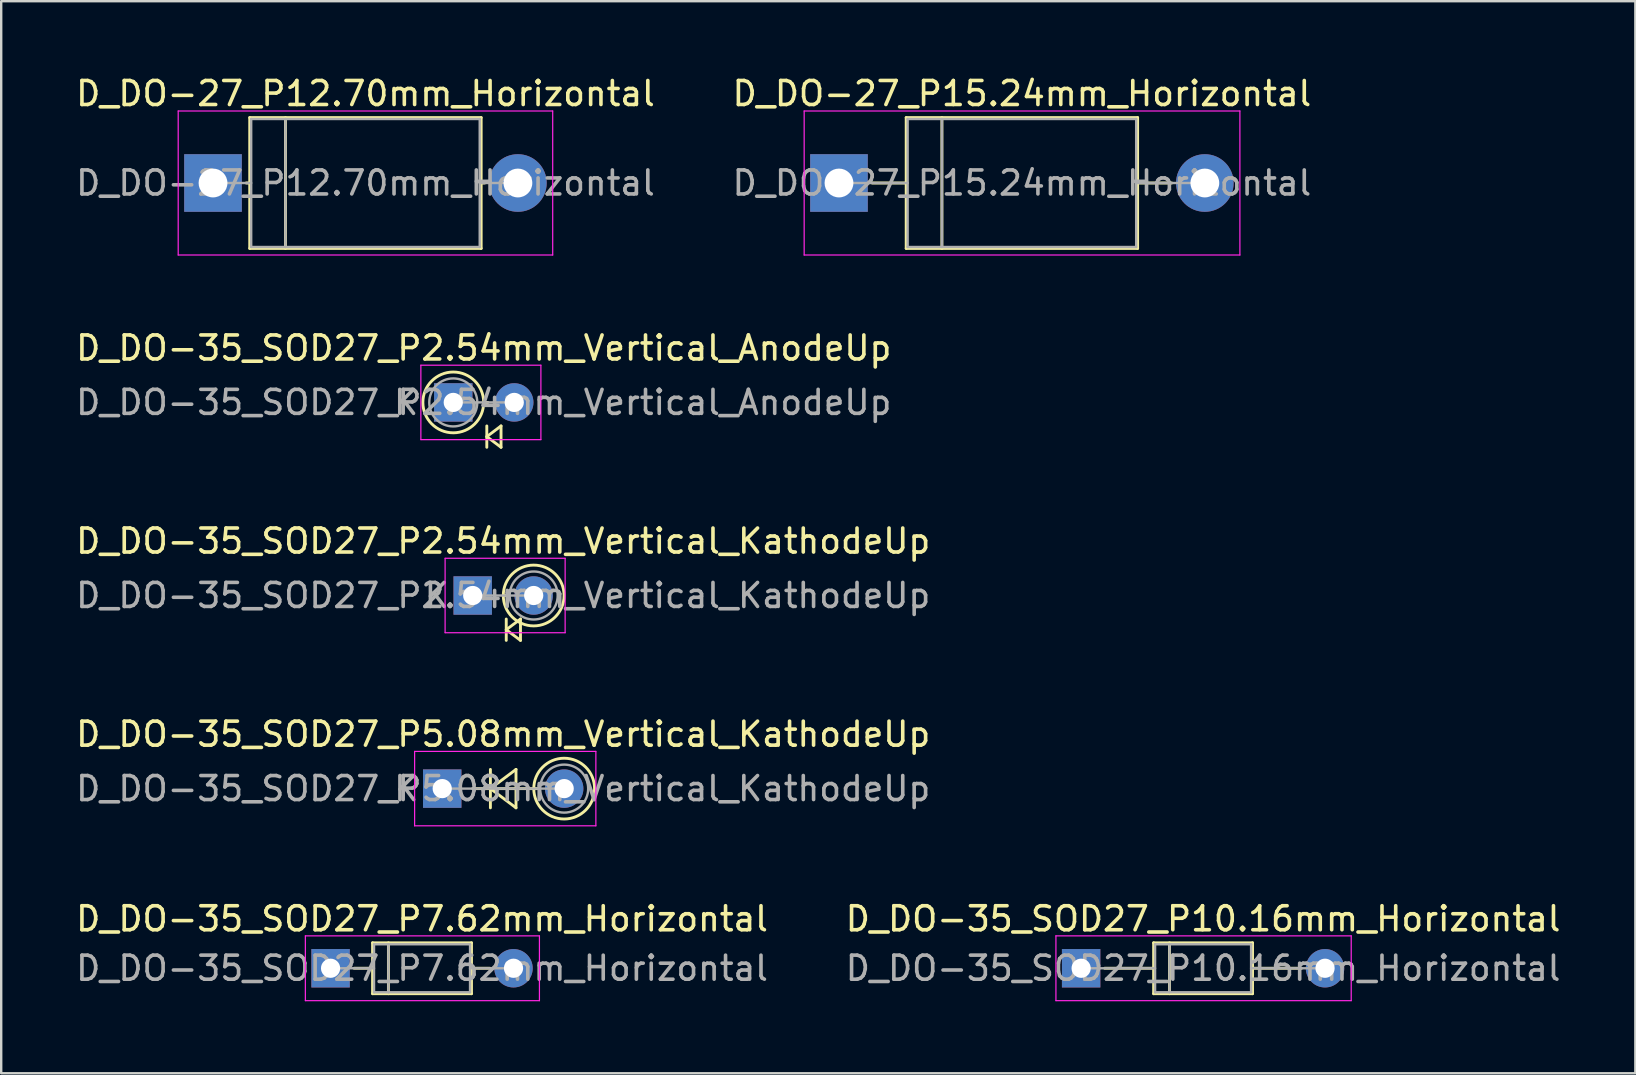
<source format=kicad_pcb>
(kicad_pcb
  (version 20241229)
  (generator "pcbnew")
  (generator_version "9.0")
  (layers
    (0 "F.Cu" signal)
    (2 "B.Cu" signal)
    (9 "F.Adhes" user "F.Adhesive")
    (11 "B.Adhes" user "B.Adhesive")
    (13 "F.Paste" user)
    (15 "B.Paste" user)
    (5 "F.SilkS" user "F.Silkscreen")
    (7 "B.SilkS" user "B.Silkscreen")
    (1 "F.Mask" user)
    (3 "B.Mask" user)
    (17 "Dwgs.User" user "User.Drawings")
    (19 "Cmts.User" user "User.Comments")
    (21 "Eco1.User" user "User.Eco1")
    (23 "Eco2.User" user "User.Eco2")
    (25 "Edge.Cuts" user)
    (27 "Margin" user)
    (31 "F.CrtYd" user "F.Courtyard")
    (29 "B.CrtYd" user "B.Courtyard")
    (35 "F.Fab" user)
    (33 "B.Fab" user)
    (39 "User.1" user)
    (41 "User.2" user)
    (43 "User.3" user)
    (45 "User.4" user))
  (footprint "D_DO-35_SOD27_P5.08mm_Vertical_KathodeUp"
    (layer "F.Cu")
    (at 15.371 29.8)
    (property "Reference" "D_DO-35_SOD27_P5.08mm_Vertical_KathodeUp" (at 2.54 -2.266 0) (layer "F.SilkS") (effects (font (size 1 1) (thickness 0.15))))
    (attr through_hole)
    (fp_line (start 1.266 0) (end 3.98 0) (stroke (width 0.12) (type solid)) (layer "F.SilkS"))
    (fp_line (start 2.007 -0.8) (end 2.007 0.8) (stroke (width 0.12) (type solid)) (layer "F.SilkS"))
    (fp_line (start 2.007 0) (end 3.073 -0.8) (stroke (width 0.12) (type solid)) (layer "F.SilkS"))
    (fp_line (start 3.073 -0.8) (end 3.073 0.8) (stroke (width 0.12) (type solid)) (layer "F.SilkS"))
    (fp_line (start 3.073 0.8) (end 2.007 0) (stroke (width 0.12) (type solid)) (layer "F.SilkS"))
    (fp_circle (center 5.08 0) (end 6.346 0) (stroke (width 0.12) (type solid)) (fill no) (layer "F.SilkS"))
    (fp_line (start -1.15 -1.55) (end -1.15 1.55) (stroke (width 0.05) (type solid)) (layer "F.CrtYd"))
    (fp_line (start -1.15 1.55) (end 6.4 1.55) (stroke (width 0.05) (type solid)) (layer "F.CrtYd"))
    (fp_line (start 6.4 -1.55) (end -1.15 -1.55) (stroke (width 0.05) (type solid)) (layer "F.CrtYd"))
    (fp_line (start 6.4 1.55) (end 6.4 -1.55) (stroke (width 0.05) (type solid)) (layer "F.CrtYd"))
    (fp_line (start 0 0) (end 5.08 0) (stroke (width 0.1) (type solid)) (layer "F.Fab"))
    (fp_circle (center 5.08 0) (end 6.08 0) (stroke (width 0.1) (type solid)) (fill no) (layer "F.Fab"))
    (fp_text user "K" (at -1.5 0 0) (layer "F.Fab") (effects (font (size 1 1) (thickness 0.15))))
    (fp_text user "${REFERENCE}" (at 2.54 0 0) (layer "F.Fab") (effects (font (size 1 1) (thickness 0.15))))
    (pad "1" thru_hole rect (at 0 0) (size 1.6 1.6) (drill 0.8) (layers "*.Cu" "*.Mask"))
    (pad "2" thru_hole oval (at 5.08 0) (size 1.6 1.6) (drill 0.8) (layers "*.Cu" "*.Mask")))
  (footprint "D_DO-27_P15.24mm_Horizontal"
    (layer "F.Cu")
    (at 31.898 4.573)
    (property "Reference" "D_DO-27_P15.24mm_Horizontal" (at 7.62 -3.725 0) (layer "F.SilkS") (effects (font (size 1 1) (thickness 0.15))))
    (attr through_hole)
    (fp_line (start 1.38 0) (end 2.8 0) (stroke (width 0.12) (type solid)) (layer "F.SilkS"))
    (fp_line (start 2.8 -2.725) (end 2.8 2.725) (stroke (width 0.12) (type solid)) (layer "F.SilkS"))
    (fp_line (start 2.8 2.725) (end 12.44 2.725) (stroke (width 0.12) (type solid)) (layer "F.SilkS"))
    (fp_line (start 4.288 -2.725) (end 4.288 2.725) (stroke (width 0.12) (type solid)) (layer "F.SilkS"))
    (fp_line (start 12.44 -2.725) (end 2.8 -2.725) (stroke (width 0.12) (type solid)) (layer "F.SilkS"))
    (fp_line (start 12.44 2.725) (end 12.44 -2.725) (stroke (width 0.12) (type solid)) (layer "F.SilkS"))
    (fp_line (start 13.86 0) (end 12.44 0) (stroke (width 0.12) (type solid)) (layer "F.SilkS"))
    (fp_line (start -1.45 -3) (end -1.45 3) (stroke (width 0.05) (type solid)) (layer "F.CrtYd"))
    (fp_line (start -1.45 3) (end 16.7 3) (stroke (width 0.05) (type solid)) (layer "F.CrtYd"))
    (fp_line (start 16.7 -3) (end -1.45 -3) (stroke (width 0.05) (type solid)) (layer "F.CrtYd"))
    (fp_line (start 16.7 3) (end 16.7 -3) (stroke (width 0.05) (type solid)) (layer "F.CrtYd"))
    (fp_line (start 0 0) (end 2.86 0) (stroke (width 0.1) (type solid)) (layer "F.Fab"))
    (fp_line (start 2.86 -2.665) (end 2.86 2.665) (stroke (width 0.1) (type solid)) (layer "F.Fab"))
    (fp_line (start 2.86 2.665) (end 12.38 2.665) (stroke (width 0.1) (type solid)) (layer "F.Fab"))
    (fp_line (start 4.288 -2.665) (end 4.288 2.665) (stroke (width 0.1) (type solid)) (layer "F.Fab"))
    (fp_line (start 12.38 -2.665) (end 2.86 -2.665) (stroke (width 0.1) (type solid)) (layer "F.Fab"))
    (fp_line (start 12.38 2.665) (end 12.38 -2.665) (stroke (width 0.1) (type solid)) (layer "F.Fab"))
    (fp_line (start 15.24 0) (end 12.38 0) (stroke (width 0.1) (type solid)) (layer "F.Fab"))
    (fp_text user "${REFERENCE}" (at 7.62 0 0) (layer "F.Fab") (effects (font (size 1 1) (thickness 0.15))))
    (pad "1" thru_hole rect (at 0 0) (size 2.4 2.4) (drill 1.2) (layers "*.Cu" "*.Mask"))
    (pad "2" thru_hole oval (at 15.24 0) (size 2.4 2.4) (drill 1.2) (layers "*.Cu" "*.Mask")))
  (footprint "D_DO-35_SOD27_P2.54mm_Vertical_AnodeUp"
    (layer "F.Cu")
    (at 15.831 13.713)
    (property "Reference" "D_DO-35_SOD27_P2.54mm_Vertical_AnodeUp" (at 1.27 -2.266 0) (layer "F.SilkS") (effects (font (size 1 1) (thickness 0.15))))
    (attr through_hole)
    (fp_line (start 1.266 0) (end 1.44 0) (stroke (width 0.12) (type solid)) (layer "F.SilkS"))
    (fp_line (start 1.397 0.98) (end 1.397 1.869) (stroke (width 0.12) (type solid)) (layer "F.SilkS"))
    (fp_line (start 1.397 1.425) (end 1.99 0.98) (stroke (width 0.12) (type solid)) (layer "F.SilkS"))
    (fp_line (start 1.99 0.98) (end 1.99 1.869) (stroke (width 0.12) (type solid)) (layer "F.SilkS"))
    (fp_line (start 1.99 1.869) (end 1.397 1.425) (stroke (width 0.12) (type solid)) (layer "F.SilkS"))
    (fp_circle (center 0 0) (end 1.266 0) (stroke (width 0.12) (type solid)) (fill no) (layer "F.SilkS"))
    (fp_line (start -1.35 -1.55) (end -1.35 1.55) (stroke (width 0.05) (type solid)) (layer "F.CrtYd"))
    (fp_line (start -1.35 1.55) (end 3.65 1.55) (stroke (width 0.05) (type solid)) (layer "F.CrtYd"))
    (fp_line (start 3.65 -1.55) (end -1.35 -1.55) (stroke (width 0.05) (type solid)) (layer "F.CrtYd"))
    (fp_line (start 3.65 1.55) (end 3.65 -1.55) (stroke (width 0.05) (type solid)) (layer "F.CrtYd"))
    (fp_line (start 0 0) (end 2.54 0) (stroke (width 0.1) (type solid)) (layer "F.Fab"))
    (fp_circle (center 0 0) (end 1 0) (stroke (width 0.1) (type solid)) (fill no) (layer "F.Fab"))
    (fp_text user "K" (at -1.966 0 0) (layer "F.Fab") (effects (font (size 1 1) (thickness 0.15))))
    (fp_text user "${REFERENCE}" (at 1.27 0 0) (layer "F.Fab") (effects (font (size 1 1) (thickness 0.15))))
    (pad "1" thru_hole rect (at 0 0) (size 1.6 1.6) (drill 0.8) (layers "*.Cu" "*.Mask"))
    (pad "2" thru_hole oval (at 2.54 0) (size 1.6 1.6) (drill 0.8) (layers "*.Cu" "*.Mask")))
  (footprint "D_DO-35_SOD27_P10.16mm_Horizontal"
    (layer "F.Cu")
    (at 41.985 37.283)
    (property "Reference" "D_DO-35_SOD27_P10.16mm_Horizontal" (at 5.08 -2.06 0) (layer "F.SilkS") (effects (font (size 1 1) (thickness 0.15))))
    (attr through_hole)
    (fp_line (start 0.98 0) (end 3.02 0) (stroke (width 0.12) (type solid)) (layer "F.SilkS"))
    (fp_line (start 3.02 -1.06) (end 3.02 1.06) (stroke (width 0.12) (type solid)) (layer "F.SilkS"))
    (fp_line (start 3.02 1.06) (end 7.14 1.06) (stroke (width 0.12) (type solid)) (layer "F.SilkS"))
    (fp_line (start 3.68 -1.06) (end 3.68 1.06) (stroke (width 0.12) (type solid)) (layer "F.SilkS"))
    (fp_line (start 7.14 -1.06) (end 3.02 -1.06) (stroke (width 0.12) (type solid)) (layer "F.SilkS"))
    (fp_line (start 7.14 1.06) (end 7.14 -1.06) (stroke (width 0.12) (type solid)) (layer "F.SilkS"))
    (fp_line (start 9.18 0) (end 7.14 0) (stroke (width 0.12) (type solid)) (layer "F.SilkS"))
    (fp_line (start -1.05 -1.35) (end -1.05 1.35) (stroke (width 0.05) (type solid)) (layer "F.CrtYd"))
    (fp_line (start -1.05 1.35) (end 11.25 1.35) (stroke (width 0.05) (type solid)) (layer "F.CrtYd"))
    (fp_line (start 11.25 -1.35) (end -1.05 -1.35) (stroke (width 0.05) (type solid)) (layer "F.CrtYd"))
    (fp_line (start 11.25 1.35) (end 11.25 -1.35) (stroke (width 0.05) (type solid)) (layer "F.CrtYd"))
    (fp_line (start 0 0) (end 3.08 0) (stroke (width 0.1) (type solid)) (layer "F.Fab"))
    (fp_line (start 3.08 -1) (end 3.08 1) (stroke (width 0.1) (type solid)) (layer "F.Fab"))
    (fp_line (start 3.08 1) (end 7.08 1) (stroke (width 0.1) (type solid)) (layer "F.Fab"))
    (fp_line (start 3.68 -1) (end 3.68 1) (stroke (width 0.1) (type solid)) (layer "F.Fab"))
    (fp_line (start 7.08 -1) (end 3.08 -1) (stroke (width 0.1) (type solid)) (layer "F.Fab"))
    (fp_line (start 7.08 1) (end 7.08 -1) (stroke (width 0.1) (type solid)) (layer "F.Fab"))
    (fp_line (start 10.16 0) (end 7.08 0) (stroke (width 0.1) (type solid)) (layer "F.Fab"))
    (fp_text user "${REFERENCE}" (at 5.08 0 0) (layer "F.Fab") (effects (font (size 1 1) (thickness 0.15))))
    (pad "1" thru_hole rect (at 0 0) (size 1.6 1.6) (drill 0.8) (layers "*.Cu" "*.Mask"))
    (pad "2" thru_hole oval (at 10.16 0) (size 1.6 1.6) (drill 0.8) (layers "*.Cu" "*.Mask")))
  (footprint "D_DO-35_SOD27_P2.54mm_Vertical_KathodeUp"
    (layer "F.Cu")
    (at 16.641 21.756)
    (property "Reference" "D_DO-35_SOD27_P2.54mm_Vertical_KathodeUp" (at 1.27 -2.266 0) (layer "F.SilkS") (effects (font (size 1 1) (thickness 0.15))))
    (attr through_hole)
    (fp_line (start 1.266 0) (end 1.44 0) (stroke (width 0.12) (type solid)) (layer "F.SilkS"))
    (fp_line (start 1.397 0.98) (end 1.397 1.869) (stroke (width 0.12) (type solid)) (layer "F.SilkS"))
    (fp_line (start 1.397 1.425) (end 1.99 0.98) (stroke (width 0.12) (type solid)) (layer "F.SilkS"))
    (fp_line (start 1.99 0.98) (end 1.99 1.869) (stroke (width 0.12) (type solid)) (layer "F.SilkS"))
    (fp_line (start 1.99 1.869) (end 1.397 1.425) (stroke (width 0.12) (type solid)) (layer "F.SilkS"))
    (fp_circle (center 2.54 0) (end 3.806 0) (stroke (width 0.12) (type solid)) (fill no) (layer "F.SilkS"))
    (fp_line (start -1.15 -1.55) (end -1.15 1.55) (stroke (width 0.05) (type solid)) (layer "F.CrtYd"))
    (fp_line (start -1.15 1.55) (end 3.85 1.55) (stroke (width 0.05) (type solid)) (layer "F.CrtYd"))
    (fp_line (start 3.85 -1.55) (end -1.15 -1.55) (stroke (width 0.05) (type solid)) (layer "F.CrtYd"))
    (fp_line (start 3.85 1.55) (end 3.85 -1.55) (stroke (width 0.05) (type solid)) (layer "F.CrtYd"))
    (fp_line (start 0 0) (end 2.54 0) (stroke (width 0.1) (type solid)) (layer "F.Fab"))
    (fp_circle (center 2.54 0) (end 3.54 0) (stroke (width 0.1) (type solid)) (fill no) (layer "F.Fab"))
    (fp_text user "${REFERENCE}" (at 1.27 0 0) (layer "F.Fab") (effects (font (size 1 1) (thickness 0.15))))
    (fp_text user "K" (at -1.5 0 0) (layer "F.Fab") (effects (font (size 1 1) (thickness 0.15))))
    (pad "1" thru_hole rect (at 0 0) (size 1.6 1.6) (drill 0.8) (layers "*.Cu" "*.Mask"))
    (pad "2" thru_hole oval (at 2.54 0) (size 1.6 1.6) (drill 0.8) (layers "*.Cu" "*.Mask")))
  (footprint "D_DO-27_P12.70mm_Horizontal"
    (layer "F.Cu")
    (at 5.823 4.573)
    (property "Reference" "D_DO-27_P12.70mm_Horizontal" (at 6.35 -3.725 0) (layer "F.SilkS") (effects (font (size 1 1) (thickness 0.15))))
    (attr through_hole)
    (fp_line (start 1.38 0) (end 1.53 0) (stroke (width 0.12) (type solid)) (layer "F.SilkS"))
    (fp_line (start 1.53 -2.725) (end 1.53 2.725) (stroke (width 0.12) (type solid)) (layer "F.SilkS"))
    (fp_line (start 1.53 2.725) (end 11.17 2.725) (stroke (width 0.12) (type solid)) (layer "F.SilkS"))
    (fp_line (start 3.018 -2.725) (end 3.018 2.725) (stroke (width 0.12) (type solid)) (layer "F.SilkS"))
    (fp_line (start 11.17 -2.725) (end 1.53 -2.725) (stroke (width 0.12) (type solid)) (layer "F.SilkS"))
    (fp_line (start 11.17 2.725) (end 11.17 -2.725) (stroke (width 0.12) (type solid)) (layer "F.SilkS"))
    (fp_line (start 11.32 0) (end 11.17 0) (stroke (width 0.12) (type solid)) (layer "F.SilkS"))
    (fp_line (start -1.45 -3) (end -1.45 3) (stroke (width 0.05) (type solid)) (layer "F.CrtYd"))
    (fp_line (start -1.45 3) (end 14.15 3) (stroke (width 0.05) (type solid)) (layer "F.CrtYd"))
    (fp_line (start 14.15 -3) (end -1.45 -3) (stroke (width 0.05) (type solid)) (layer "F.CrtYd"))
    (fp_line (start 14.15 3) (end 14.15 -3) (stroke (width 0.05) (type solid)) (layer "F.CrtYd"))
    (fp_line (start 0 0) (end 1.59 0) (stroke (width 0.1) (type solid)) (layer "F.Fab"))
    (fp_line (start 1.59 -2.665) (end 1.59 2.665) (stroke (width 0.1) (type solid)) (layer "F.Fab"))
    (fp_line (start 1.59 2.665) (end 11.11 2.665) (stroke (width 0.1) (type solid)) (layer "F.Fab"))
    (fp_line (start 3.018 -2.665) (end 3.018 2.665) (stroke (width 0.1) (type solid)) (layer "F.Fab"))
    (fp_line (start 11.11 -2.665) (end 1.59 -2.665) (stroke (width 0.1) (type solid)) (layer "F.Fab"))
    (fp_line (start 11.11 2.665) (end 11.11 -2.665) (stroke (width 0.1) (type solid)) (layer "F.Fab"))
    (fp_line (start 12.7 0) (end 11.11 0) (stroke (width 0.1) (type solid)) (layer "F.Fab"))
    (fp_text user "${REFERENCE}" (at 6.35 0 0) (layer "F.Fab") (effects (font (size 1 1) (thickness 0.15))))
    (pad "1" thru_hole rect (at 0 0) (size 2.4 2.4) (drill 1.2) (layers "*.Cu" "*.Mask"))
    (pad "2" thru_hole oval (at 12.7 0) (size 2.4 2.4) (drill 1.2) (layers "*.Cu" "*.Mask")))
  (footprint "D_DO-35_SOD27_P7.62mm_Horizontal"
    (layer "F.Cu")
    (at 10.72 37.283)
    (property "Reference" "D_DO-35_SOD27_P7.62mm_Horizontal" (at 3.81 -2.06 0) (layer "F.SilkS") (effects (font (size 1 1) (thickness 0.15))))
    (attr through_hole)
    (fp_line (start 0.98 0) (end 1.75 0) (stroke (width 0.12) (type solid)) (layer "F.SilkS"))
    (fp_line (start 1.75 -1.06) (end 1.75 1.06) (stroke (width 0.12) (type solid)) (layer "F.SilkS"))
    (fp_line (start 1.75 1.06) (end 5.87 1.06) (stroke (width 0.12) (type solid)) (layer "F.SilkS"))
    (fp_line (start 2.41 -1.06) (end 2.41 1.06) (stroke (width 0.12) (type solid)) (layer "F.SilkS"))
    (fp_line (start 5.87 -1.06) (end 1.75 -1.06) (stroke (width 0.12) (type solid)) (layer "F.SilkS"))
    (fp_line (start 5.87 1.06) (end 5.87 -1.06) (stroke (width 0.12) (type solid)) (layer "F.SilkS"))
    (fp_line (start 6.64 0) (end 5.87 0) (stroke (width 0.12) (type solid)) (layer "F.SilkS"))
    (fp_line (start -1.05 -1.35) (end -1.05 1.35) (stroke (width 0.05) (type solid)) (layer "F.CrtYd"))
    (fp_line (start -1.05 1.35) (end 8.7 1.35) (stroke (width 0.05) (type solid)) (layer "F.CrtYd"))
    (fp_line (start 8.7 -1.35) (end -1.05 -1.35) (stroke (width 0.05) (type solid)) (layer "F.CrtYd"))
    (fp_line (start 8.7 1.35) (end 8.7 -1.35) (stroke (width 0.05) (type solid)) (layer "F.CrtYd"))
    (fp_line (start 0 0) (end 1.81 0) (stroke (width 0.1) (type solid)) (layer "F.Fab"))
    (fp_line (start 1.81 -1) (end 1.81 1) (stroke (width 0.1) (type solid)) (layer "F.Fab"))
    (fp_line (start 1.81 1) (end 5.81 1) (stroke (width 0.1) (type solid)) (layer "F.Fab"))
    (fp_line (start 2.41 -1) (end 2.41 1) (stroke (width 0.1) (type solid)) (layer "F.Fab"))
    (fp_line (start 5.81 -1) (end 1.81 -1) (stroke (width 0.1) (type solid)) (layer "F.Fab"))
    (fp_line (start 5.81 1) (end 5.81 -1) (stroke (width 0.1) (type solid)) (layer "F.Fab"))
    (fp_line (start 7.62 0) (end 5.81 0) (stroke (width 0.1) (type solid)) (layer "F.Fab"))
    (fp_text user "${REFERENCE}" (at 3.81 0 0) (layer "F.Fab") (effects (font (size 1 1) (thickness 0.15))))
    (pad "1" thru_hole rect (at 0 0) (size 1.6 1.6) (drill 0.8) (layers "*.Cu" "*.Mask"))
    (pad "2" thru_hole oval (at 7.62 0) (size 1.6 1.6) (drill 0.8) (layers "*.Cu" "*.Mask")))
  (gr_rect
    (start -3 -3)
    (end 65.071 41.658)
    (stroke (width 0.1) (type default))
    (fill no)
    (layer "Edge.Cuts")))
</source>
